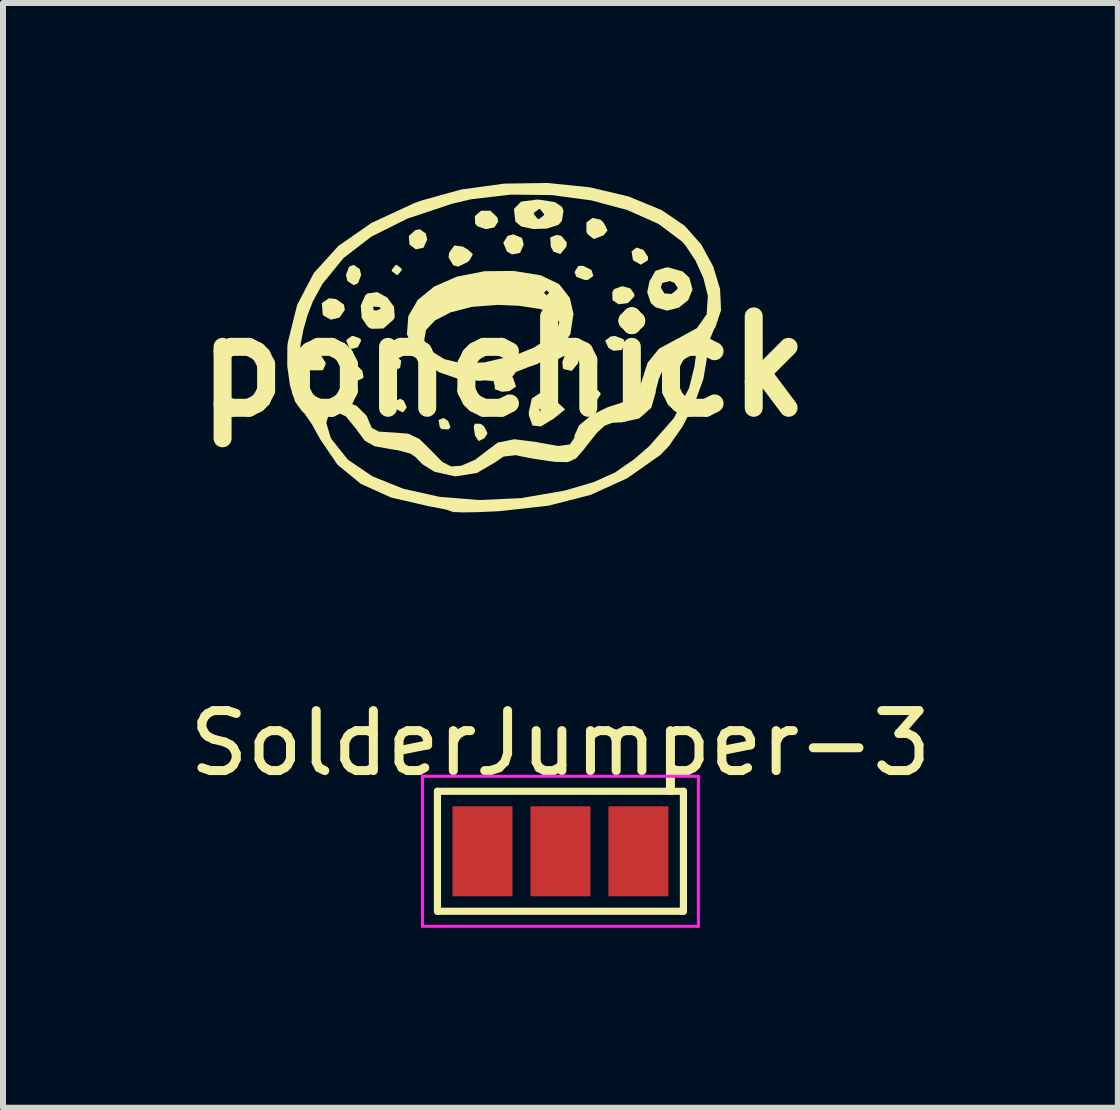
<source format=kicad_pcb>
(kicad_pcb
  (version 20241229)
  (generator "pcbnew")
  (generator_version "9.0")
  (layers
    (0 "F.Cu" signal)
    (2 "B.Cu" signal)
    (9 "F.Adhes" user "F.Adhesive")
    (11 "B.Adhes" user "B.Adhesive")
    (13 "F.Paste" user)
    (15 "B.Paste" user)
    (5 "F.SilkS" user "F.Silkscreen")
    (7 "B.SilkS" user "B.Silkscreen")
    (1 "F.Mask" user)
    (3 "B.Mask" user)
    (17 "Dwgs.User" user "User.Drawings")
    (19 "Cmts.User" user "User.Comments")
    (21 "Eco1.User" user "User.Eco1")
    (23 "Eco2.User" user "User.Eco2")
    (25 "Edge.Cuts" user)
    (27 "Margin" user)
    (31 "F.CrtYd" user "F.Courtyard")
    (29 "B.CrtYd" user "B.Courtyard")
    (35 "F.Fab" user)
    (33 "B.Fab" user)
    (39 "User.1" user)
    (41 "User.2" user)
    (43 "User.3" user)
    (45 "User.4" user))
  (footprint "SolderJumper-3"
    (layer "F.Cu")
    (at 6.292 11.14)
    (property "Reference" "SolderJumper-3" (at 0 -1.8 0) (layer "F.SilkS") (effects (font (size 1 1) (thickness 0.15))))
    (attr exclude_from_pos_files exclude_from_bom)
    (fp_line (start -2.05 -1) (end 2.05 -1) (stroke (width 0.12) (type solid)) (layer "F.SilkS"))
    (fp_line (start -2.05 1) (end -2.05 -1) (stroke (width 0.12) (type solid)) (layer "F.SilkS"))
    (fp_line (start 2.05 -1) (end 2.05 1) (stroke (width 0.12) (type solid)) (layer "F.SilkS"))
    (fp_line (start 2.05 1) (end -2.05 1) (stroke (width 0.12) (type solid)) (layer "F.SilkS"))
    (fp_line (start -2.3 -1.25) (end -2.3 1.25) (stroke (width 0.05) (type solid)) (layer "F.CrtYd"))
    (fp_line (start -2.3 -1.25) (end 2.3 -1.25) (stroke (width 0.05) (type solid)) (layer "F.CrtYd"))
    (fp_line (start 2.3 1.25) (end -2.3 1.25) (stroke (width 0.05) (type solid)) (layer "F.CrtYd"))
    (fp_line (start 2.3 1.25) (end 2.3 -1.25) (stroke (width 0.05) (type solid)) (layer "F.CrtYd"))
    (pad "1" smd rect (at -1.3 0) (size 1 1.5) (layers "F.Cu" "F.Mask"))
    (pad "2" smd rect (at 0 0) (size 1 1.5) (layers "F.Cu" "F.Mask"))
    (pad "3" smd rect (at 1.3 0) (size 1 1.5) (layers "F.Cu" "F.Mask")))
  (footprint "ponchick"
    (layer "F.Cu")
    (at 5.341 3.058)
    (property "Reference" "ponchick" (at 0 0 0) (layer "F.SilkS") (effects (font (size 1.524 1.524) (thickness 0.3))))
    (attr exclude_from_pos_files exclude_from_bom)
    (fp_poly (pts (xy -0.923 0.906) (xy -0.881 1.012) (xy -0.918 1.05) (xy -1.033 1.043) (xy -1.061 1.012) (xy -1.081 0.892) (xy -0.999 0.859)) (stroke (width 0) (type solid)) (fill yes) (layer "F.SilkS"))
    (fp_poly (pts (xy -0.499 0.483) (xy -0.458 0.589) (xy -0.495 0.627) (xy -0.609 0.619) (xy -0.638 0.588) (xy -0.657 0.468) (xy -0.575 0.436)) (stroke (width 0) (type solid)) (fill yes) (layer "F.SilkS"))
    (fp_poly (pts (xy -2.394 -1.623) (xy -2.371 -1.524) (xy -2.424 -1.386) (xy -2.498 -1.355) (xy -2.601 -1.425) (xy -2.625 -1.524) (xy -2.572 -1.662) (xy -2.498 -1.693)) (stroke (width 0) (type solid)) (fill yes) (layer "F.SilkS"))
    (fp_poly (pts (xy -2.385 -0.465) (xy -2.371 -0.428) (xy -2.427 -0.318) (xy -2.535 -0.291) (xy -2.571 -0.313) (xy -2.622 -0.436) (xy -2.531 -0.506) (xy -2.498 -0.508)) (stroke (width 0) (type solid)) (fill yes) (layer "F.SilkS"))
    (fp_poly (pts (xy -1.696 -1.629) (xy -1.693 -1.609) (xy -1.758 -1.526) (xy -1.778 -1.524) (xy -1.86 -1.588) (xy -1.863 -1.609) (xy -1.798 -1.691) (xy -1.778 -1.693)) (stroke (width 0) (type solid)) (fill yes) (layer "F.SilkS"))
    (fp_poly (pts (xy -1.663 0.567) (xy -1.61 0.683) (xy -1.665 0.759) (xy -1.688 0.762) (xy -1.804 0.701) (xy -1.817 0.683) (xy -1.813 0.583) (xy -1.723 0.539)) (stroke (width 0) (type solid)) (fill yes) (layer "F.SilkS"))
    (fp_poly (pts (xy -1.293 -2.216) (xy -1.27 -2.117) (xy -1.33 -1.98) (xy -1.459 -1.951) (xy -1.566 -2.032) (xy -1.577 -2.174) (xy -1.467 -2.273) (xy -1.392 -2.286)) (stroke (width 0) (type solid)) (fill yes) (layer "F.SilkS"))
    (fp_poly (pts (xy -0.379 0.957) (xy -0.32 1) (xy -0.264 1.117) (xy -0.319 1.199) (xy -0.413 1.244) (xy -0.473 1.154) (xy -0.495 1.005) (xy -0.475 0.954)) (stroke (width 0) (type solid)) (fill yes) (layer "F.SilkS"))
    (fp_poly (pts (xy 0.311 -2.141) (xy 0.339 -2.032) (xy 0.278 -1.892) (xy 0.143 -1.866) (xy 0.056 -1.919) (xy -0.002 -2.063) (xy 0.072 -2.177) (xy 0.169 -2.201)) (stroke (width 0) (type solid)) (fill yes) (layer "F.SilkS"))
    (fp_poly (pts (xy 0.969 -2.173) (xy 1.057 -2.066) (xy 1.048 -1.993) (xy 0.949 -1.873) (xy 0.838 -1.911) (xy 0.791 -1.993) (xy 0.78 -2.15) (xy 0.89 -2.194)) (stroke (width 0) (type solid)) (fill yes) (layer "F.SilkS"))
    (fp_poly (pts (xy 1.468 -1.608) (xy 1.499 -1.51) (xy 1.412 -1.444) (xy 1.362 -1.439) (xy 1.216 -1.493) (xy 1.185 -1.573) (xy 1.249 -1.674) (xy 1.326 -1.678)) (stroke (width 0) (type solid)) (fill yes) (layer "F.SilkS"))
    (fp_poly (pts (xy 1.618 0.442) (xy 1.621 0.466) (xy 1.555 0.565) (xy 1.53 0.576) (xy 1.453 0.536) (xy 1.439 0.466) (xy 1.482 0.36) (xy 1.53 0.355)) (stroke (width 0) (type solid)) (fill yes) (layer "F.SilkS"))
    (fp_poly (pts (xy 2.001 -0.455) (xy 2.032 -0.381) (xy 1.969 -0.274) (xy 1.835 -0.26) (xy 1.75 -0.31) (xy 1.696 -0.431) (xy 1.791 -0.501) (xy 1.863 -0.508)) (stroke (width 0) (type solid)) (fill yes) (layer "F.SilkS"))
    (fp_poly (pts (xy 2.335 -1.942) (xy 2.413 -1.824) (xy 2.407 -1.768) (xy 2.289 -1.696) (xy 2.165 -1.768) (xy 2.159 -1.778) (xy 2.136 -1.915) (xy 2.219 -1.982)) (stroke (width 0) (type solid)) (fill yes) (layer "F.SilkS"))
    (fp_poly (pts (xy -2.79 -1.124) (xy -2.658 -1.032) (xy -2.643 -0.943) (xy -2.73 -0.816) (xy -2.873 -0.779) (xy -2.996 -0.845) (xy -3.013 -0.879) (xy -3.025 -1.057) (xy -2.909 -1.136)) (stroke (width 0) (type solid)) (fill yes) (layer "F.SilkS"))
    (fp_poly (pts (xy -2.447 -0.024) (xy -2.353 0.071) (xy -2.33 0.177) (xy -2.343 0.198) (xy -2.477 0.254) (xy -2.596 0.208) (xy -2.625 0.132) (xy -2.579 -0.008) (xy -2.55 -0.036)) (stroke (width 0) (type solid)) (fill yes) (layer "F.SilkS"))
    (fp_poly (pts (xy -1.812 -0.197) (xy -1.703 -0.095) (xy -1.721 0.024) (xy -1.853 0.084) (xy -1.863 0.085) (xy -2 0.038) (xy -2.032 -0.028) (xy -1.981 -0.186) (xy -1.838 -0.206)) (stroke (width 0) (type solid)) (fill yes) (layer "F.SilkS"))
    (fp_poly (pts (xy 1.227 -0.253) (xy 1.26 -0.125) (xy 1.242 -0.048) (xy 1.138 0.075) (xy 1.006 0.045) (xy 0.991 0.031) (xy 0.983 -0.076) (xy 1.027 -0.19) (xy 1.132 -0.286)) (stroke (width 0) (type solid)) (fill yes) (layer "F.SilkS"))
    (fp_poly (pts (xy 1.623 -2.444) (xy 1.672 -2.395) (xy 1.736 -2.268) (xy 1.672 -2.186) (xy 1.506 -2.123) (xy 1.403 -2.205) (xy 1.382 -2.252) (xy 1.385 -2.402) (xy 1.487 -2.477)) (stroke (width 0) (type solid)) (fill yes) (layer "F.SilkS"))
    (fp_poly (pts (xy 2.116 -1.301) (xy 2.185 -1.205) (xy 2.18 -1.164) (xy 2.075 -1.055) (xy 1.921 -1.036) (xy 1.819 -1.103) (xy 1.815 -1.24) (xy 1.847 -1.289) (xy 1.978 -1.338)) (stroke (width 0) (type solid)) (fill yes) (layer "F.SilkS"))
    (fp_poly (pts (xy -0.679 -1.998) (xy -0.593 -1.949) (xy -0.509 -1.871) (xy -0.558 -1.778) (xy -0.593 -1.742) (xy -0.754 -1.663) (xy -0.838 -1.688) (xy -0.914 -1.817) (xy -0.904 -1.896) (xy -0.818 -2.016)) (stroke (width 0) (type solid)) (fill yes) (layer "F.SilkS"))
    (fp_poly (pts (xy -0.217 -2.596) (xy -0.101 -2.485) (xy -0.085 -2.416) (xy -0.15 -2.317) (xy -0.293 -2.288) (xy -0.434 -2.337) (xy -0.47 -2.378) (xy -0.476 -2.506) (xy -0.372 -2.595) (xy -0.218 -2.596)) (stroke (width 0) (type solid)) (fill yes) (layer "F.SilkS"))
    (fp_poly (pts (xy 0.796 0.51) (xy 0.857 0.559) (xy 1.029 0.716) (xy 0.844 0.866) (xy 0.625 1) (xy 0.485 0.985) (xy 0.426 0.821) (xy 0.423 0.759) (xy 0.432 0.72) (xy 0.593 0.72) (xy 0.635 0.762) (xy 0.677 0.72) (xy 0.635 0.677) (xy 0.593 0.72) (xy 0.432 0.72) (xy 0.474 0.533) (xy 0.607 0.446)) (stroke (width 0) (type solid)) (fill yes) (layer "F.SilkS"))
    (fp_poly (pts (xy -1.936 -1.148) (xy -1.823 -0.993) (xy -1.811 -0.823) (xy -1.831 -0.782) (xy -2 -0.632) (xy -2.198 -0.627) (xy -2.256 -0.656) (xy -2.362 -0.81) (xy -2.376 -0.988) (xy -2.173 -0.988) (xy -2.161 -0.937) (xy -2.117 -0.931) (xy -2.047 -0.962) (xy -2.06 -0.988) (xy -2.161 -0.998) (xy -2.173 -0.988) (xy -2.376 -0.988) (xy -2.378 -1.015) (xy -2.301 -1.188) (xy -2.266 -1.216) (xy -2.1 -1.239)) (stroke (width 0) (type solid)) (fill yes) (layer "F.SilkS"))
    (fp_poly (pts (xy 0.612 -2.778) (xy 0.859 -2.739) (xy 0.978 -2.659) (xy 1.002 -2.592) (xy 0.975 -2.425) (xy 0.918 -2.361) (xy 0.728 -2.298) (xy 0.498 -2.29) (xy 0.298 -2.333) (xy 0.2 -2.413) (xy 0.185 -2.54) (xy 0.508 -2.54) (xy 0.572 -2.458) (xy 0.593 -2.455) (xy 0.675 -2.52) (xy 0.677 -2.54) (xy 0.613 -2.622) (xy 0.593 -2.625) (xy 0.51 -2.56) (xy 0.508 -2.54) (xy 0.185 -2.54) (xy 0.175 -2.624) (xy 0.294 -2.747) (xy 0.555 -2.781)) (stroke (width 0) (type solid)) (fill yes) (layer "F.SilkS"))
    (fp_poly (pts (xy 2.989 -1.583) (xy 3.1 -1.478) (xy 3.153 -1.282) (xy 3.081 -1.106) (xy 2.925 -0.98) (xy 2.728 -0.93) (xy 2.535 -0.986) (xy 2.458 -1.055) (xy 2.397 -1.237) (xy 2.413 -1.312) (xy 2.625 -1.312) (xy 2.683 -1.217) (xy 2.803 -1.208) (xy 2.896 -1.285) (xy 2.904 -1.311) (xy 2.85 -1.395) (xy 2.773 -1.423) (xy 2.647 -1.39) (xy 2.625 -1.312) (xy 2.413 -1.312) (xy 2.433 -1.415) (xy 2.535 -1.594) (xy 2.712 -1.65) (xy 2.748 -1.651)) (stroke (width 0) (type solid)) (fill yes) (layer "F.SilkS"))
    (fp_poly (pts (xy 0.62 -1.52) (xy 0.928 -1.373) (xy 1.108 -1.142) (xy 1.168 -0.875) (xy 1.116 -0.535) (xy 0.912 -0.253) (xy 0.571 -0.043) (xy 0.412 0.013) (xy 0.205 0.094) (xy 0.149 0.173) (xy 0.169 0.212) (xy 0.21 0.337) (xy 0.1 0.411) (xy -0.023 0.423) (xy -0.142 0.381) (xy -0.146 0.314) (xy -0.165 0.244) (xy -0.315 0.232) (xy -0.397 0.24) (xy -0.724 0.217) (xy -1.067 0.099) (xy -1.356 -0.084) (xy -1.48 -0.221) (xy -1.566 -0.433) (xy -1.32 -0.433) (xy -1.212 -0.261) (xy -0.982 -0.121) (xy -0.687 -0.05) (xy -0.315 -0.068) (xy 0.165 -0.179) (xy 0.212 -0.193) (xy 0.517 -0.318) (xy 0.763 -0.483) (xy 0.909 -0.654) (xy 0.931 -0.737) (xy 0.851 -0.862) (xy 0.622 -0.955) (xy 0.262 -1.011) (xy -0.094 -1.026) (xy -0.525 -0.993) (xy -0.878 -0.902) (xy -1.138 -0.768) (xy -1.291 -0.607) (xy -1.32 -0.433) (xy -1.566 -0.433) (xy -1.608 -0.538) (xy -1.585 -0.839) (xy -1.427 -1.109) (xy -1.281 -1.228) (xy 0.677 -1.228) (xy 0.72 -1.185) (xy 0.762 -1.228) (xy 0.72 -1.27) (xy 0.677 -1.228) (xy -1.281 -1.228) (xy -1.151 -1.333) (xy -0.775 -1.497) (xy -0.315 -1.587) (xy 0.168 -1.592)) (stroke (width 0) (type solid)) (fill yes) (layer "F.SilkS"))
    (fp_poly (pts (xy 1.44 -2.986) (xy 2.085 -2.834) (xy 2.639 -2.605) (xy 3.023 -2.344) (xy 3.298 -2.032) (xy 3.498 -1.666) (xy 3.612 -1.287) (xy 3.628 -0.936) (xy 3.534 -0.655) (xy 3.516 -0.63) (xy 3.435 -0.44) (xy 3.391 -0.178) (xy 3.389 -0.119) (xy 3.333 0.212) (xy 3.19 0.605) (xy 2.988 0.998) (xy 2.758 1.329) (xy 2.612 1.479) (xy 2.064 1.864) (xy 1.452 2.142) (xy 0.747 2.322) (xy -0.079 2.414) (xy -0.092 2.414) (xy -0.424 2.429) (xy -0.685 2.433) (xy -0.835 2.427) (xy -0.854 2.421) (xy -0.952 2.387) (xy -1.154 2.346) (xy -1.228 2.334) (xy -1.872 2.185) (xy -2.379 1.956) (xy -2.766 1.637) (xy -3.053 1.216) (xy -3.056 1.209) (xy -3.19 0.968) (xy -3.208 0.941) (xy -2.952 0.941) (xy -2.881 1.18) (xy -2.865 1.212) (xy -2.592 1.554) (xy -2.184 1.831) (xy -1.668 2.039) (xy -1.066 2.173) (xy -0.404 2.227) (xy 0.294 2.195) (xy 1.002 2.073) (xy 1.055 2.06) (xy 1.507 1.927) (xy 1.86 1.768) (xy 2.182 1.545) (xy 2.43 1.33) (xy 2.841 0.863) (xy 3.096 0.357) (xy 3.186 -0.006) (xy 3.214 -0.228) (xy 3.196 -0.32) (xy 3.121 -0.319) (xy 3.096 -0.31) (xy 2.942 -0.262) (xy 2.89 -0.254) (xy 2.798 -0.183) (xy 2.689 -0.011) (xy 2.593 0.202) (xy 2.542 0.395) (xy 2.54 0.43) (xy 2.465 0.689) (xy 2.264 0.867) (xy 1.98 0.931) (xy 1.813 0.94) (xy 1.688 0.988) (xy 1.561 1.104) (xy 1.389 1.321) (xy 1.34 1.386) (xy 1.21 1.534) (xy 1.076 1.595) (xy 0.868 1.591) (xy 0.769 1.579) (xy 0.494 1.537) (xy 0.266 1.493) (xy 0.211 1.479) (xy 0.004 1.502) (xy -0.139 1.599) (xy -0.443 1.777) (xy -0.801 1.833) (xy -1.143 1.757) (xy -1.167 1.745) (xy -1.351 1.629) (xy -1.453 1.524) (xy -1.456 1.517) (xy -1.551 1.453) (xy -1.758 1.397) (xy -1.885 1.378) (xy -2.149 1.33) (xy -2.313 1.236) (xy -2.447 1.054) (xy -2.45 1.048) (xy -2.625 0.834) (xy -2.789 0.754) (xy -2.91 0.794) (xy -2.952 0.941) (xy -3.208 0.941) (xy -3.311 0.791) (xy -3.363 0.738) (xy -3.473 0.586) (xy -3.557 0.319) (xy -3.603 -0.007) (xy -3.602 -0.203) (xy -3.396 -0.203) (xy -3.38 -0.109) (xy -3.326 -0.136) (xy -3.309 -0.161) (xy -3.186 -0.235) (xy -3.047 -0.195) (xy -2.966 -0.067) (xy -2.963 -0.035) (xy -3.009 0.064) (xy -3.169 0.065) (xy -3.175 0.064) (xy -3.333 0.06) (xy -3.384 0.157) (xy -3.387 0.213) (xy -3.319 0.436) (xy -3.148 0.563) (xy -2.958 0.567) (xy -2.694 0.561) (xy -2.446 0.657) (xy -2.278 0.824) (xy -2.25 0.895) (xy -2.193 1.026) (xy -2.076 1.086) (xy -1.846 1.101) (xy -1.834 1.101) (xy -1.585 1.121) (xy -1.401 1.208) (xy -1.206 1.399) (xy -1.2 1.406) (xy -1.016 1.593) (xy -0.871 1.667) (xy -0.711 1.656) (xy -0.698 1.653) (xy -0.467 1.552) (xy -0.32 1.439) (xy -0.095 1.27) (xy 0.184 1.213) (xy 0.556 1.261) (xy 0.594 1.27) (xy 0.917 1.326) (xy 1.108 1.3) (xy 1.183 1.19) (xy 1.185 1.151) (xy 1.261 0.984) (xy 1.461 0.815) (xy 1.743 0.677) (xy 1.888 0.632) (xy 2.123 0.552) (xy 2.242 0.44) (xy 2.29 0.293) (xy 2.403 -0.06) (xy 2.594 -0.296) (xy 2.901 -0.462) (xy 2.915 -0.468) (xy 3.226 -0.639) (xy 3.388 -0.869) (xy 3.408 -1.177) (xy 3.333 -1.475) (xy 3.202 -1.764) (xy 3.03 -2.023) (xy 2.978 -2.081) (xy 2.586 -2.375) (xy 2.07 -2.605) (xy 1.464 -2.768) (xy 0.804 -2.856) (xy 0.126 -2.864) (xy -0.535 -2.787) (xy -0.852 -2.713) (xy -1.6 -2.464) (xy -2.199 -2.165) (xy -2.666 -1.806) (xy -3.017 -1.374) (xy -3.177 -1.081) (xy -3.264 -0.857) (xy -3.333 -0.613) (xy -3.378 -0.383) (xy -3.396 -0.203) (xy -3.602 -0.203) (xy -3.601 -0.338) (xy -3.592 -0.407) (xy -3.438 -1.026) (xy -3.16 -1.557) (xy -2.749 -2.01) (xy -2.196 -2.394) (xy -1.491 -2.72) (xy -1.378 -2.762) (xy -0.705 -2.949) (xy 0.012 -3.047) (xy 0.738 -3.058)) (stroke (width 0) (type solid)) (fill yes) (layer "F.SilkS")))
  (gr_rect
    (start -3 -3)
    (end 15.583 15.415)
    (stroke (width 0.1) (type default))
    (fill no)
    (layer "Edge.Cuts")))
</source>
